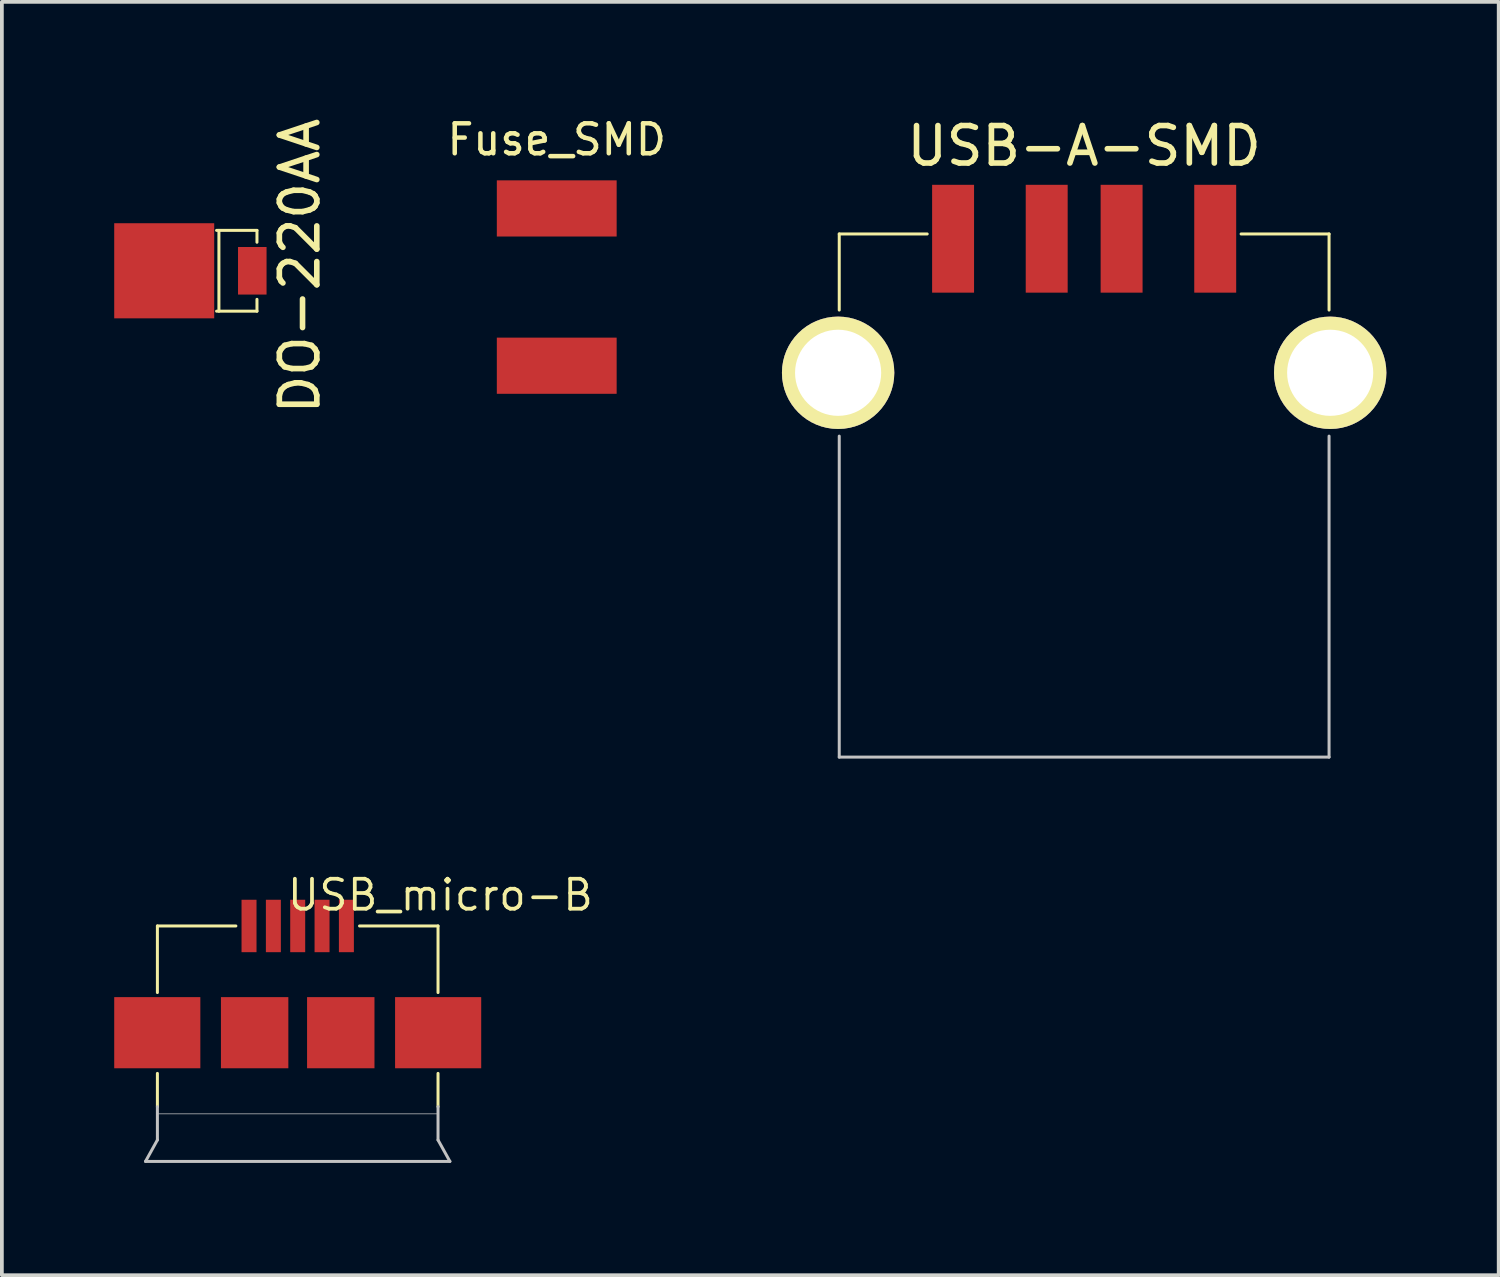
<source format=kicad_pcb>
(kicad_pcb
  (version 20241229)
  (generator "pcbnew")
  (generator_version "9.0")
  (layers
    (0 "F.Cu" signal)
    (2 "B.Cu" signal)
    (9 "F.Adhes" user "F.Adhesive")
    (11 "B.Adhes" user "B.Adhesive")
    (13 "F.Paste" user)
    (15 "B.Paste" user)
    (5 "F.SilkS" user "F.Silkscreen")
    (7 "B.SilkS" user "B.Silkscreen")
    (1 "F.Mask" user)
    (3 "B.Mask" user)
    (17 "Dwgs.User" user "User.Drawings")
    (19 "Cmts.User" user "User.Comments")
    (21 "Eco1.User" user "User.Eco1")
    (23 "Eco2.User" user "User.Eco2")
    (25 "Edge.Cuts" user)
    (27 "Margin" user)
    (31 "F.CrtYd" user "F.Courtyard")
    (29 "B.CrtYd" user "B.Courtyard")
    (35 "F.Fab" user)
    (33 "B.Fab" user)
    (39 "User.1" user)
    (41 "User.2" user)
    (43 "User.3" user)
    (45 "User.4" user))
  (footprint "DO-220AA"
    (layer "F.Cu")
    (at 2.034 4.181)
    (property "Reference" "DO-220AA" (at 2.921 -0.127 270) (layer "F.SilkS") (effects (font (size 1 1) (thickness 0.15))))
    (attr through_hole)
    (fp_line (start 0.699 -1.079) (end 1.778 -1.079) (stroke (width 0.08) (type solid)) (layer "F.SilkS"))
    (fp_line (start 0.699 1.079) (end 1.778 1.079) (stroke (width 0.08) (type solid)) (layer "F.SilkS"))
    (fp_line (start 0.762 -1.079) (end 0.762 1.079) (stroke (width 0.08) (type solid)) (layer "F.SilkS"))
    (fp_line (start 1.778 -1.079) (end 1.778 -0.762) (stroke (width 0.08) (type solid)) (layer "F.SilkS"))
    (fp_line (start 1.778 1.079) (end 1.778 0.762) (stroke (width 0.08) (type solid)) (layer "F.SilkS"))
    (pad "1" smd rect (at -0.699 0) (size 2.67 2.54) (layers "F.Cu" "F.Mask" "F.Paste"))
    (pad "2" smd rect (at 1.653 0) (size 0.762 1.27) (layers "F.Cu" "F.Mask" "F.Paste")))
  (footprint "USB-A-SMD"
    (layer "F.Cu")
    (at 25.901 3.325)
    (property "Reference" "USB-A-SMD" (at 0 -2.477 0) (layer "F.SilkS") (effects (font (size 1 1) (thickness 0.15))))
    (attr through_hole)
    (fp_line (start -6.54 -0.127) (end -6.54 1.905) (stroke (width 0.08) (type solid)) (layer "F.SilkS"))
    (fp_line (start -4.191 -0.127) (end -6.54 -0.127) (stroke (width 0.08) (type solid)) (layer "F.SilkS"))
    (fp_line (start 6.54 -0.127) (end 4.191 -0.127) (stroke (width 0.08) (type solid)) (layer "F.SilkS"))
    (fp_line (start 6.54 -0.127) (end 6.54 1.905) (stroke (width 0.08) (type solid)) (layer "F.SilkS"))
    (fp_line (start -6.54 13.843) (end -6.54 5.271) (stroke (width 0.08) (type solid)) (layer "Dwgs.User"))
    (fp_line (start 6.54 13.843) (end -6.54 13.843) (stroke (width 0.08) (type solid)) (layer "Dwgs.User"))
    (fp_line (start 6.54 13.843) (end 6.54 5.271) (stroke (width 0.08) (type solid)) (layer "Dwgs.User"))
    (pad "1" smd rect (at -3.5 0) (size 1.12 2.88) (layers "F.Cu" "F.Mask" "F.Paste"))
    (pad "2" smd rect (at -1 0) (size 1.12 2.88) (layers "F.Cu" "F.Mask" "F.Paste"))
    (pad "3" smd rect (at 1 0) (size 1.12 2.88) (layers "F.Cu" "F.Mask" "F.Paste"))
    (pad "4" smd rect (at 3.5 0) (size 1.12 2.88) (layers "F.Cu" "F.Mask" "F.Paste"))
    (pad "5" thru_hole circle (at -6.57 3.58) (size 3 3) (drill 2.3) (layers "*.Cu" "*.Mask" "F.SilkS"))
    (pad "5" thru_hole circle (at 6.57 3.58) (size 3 3) (drill 2.3) (layers "*.Cu" "*.Mask" "F.SilkS")))
  (footprint "Fuse_SMD"
    (layer "F.Cu")
    (at 11.817 4.616)
    (property "Reference" "Fuse_SMD" (at 0 -3.937 0) (layer "F.SilkS") (effects (font (size 0.8 0.8) (thickness 0.12))))
    (attr through_hole)
    (pad "1" smd rect (at 0 -2.1) (size 3.2 1.5) (layers "F.Cu" "F.Mask" "F.Paste"))
    (pad "2" smd rect (at 0 2.1) (size 3.2 1.5) (layers "F.Cu" "F.Mask" "F.Paste")))
  (footprint "USB_micro-B"
    (layer "F.Cu")
    (at 4.9 21.677)
    (property "Reference" "USB_micro-B" (at 3.81 -0.826 0) (layer "F.SilkS") (effects (font (size 0.8 0.8) (thickness 0.1))))
    (attr through_hole)
    (fp_line (start -3.747 0) (end -3.747 1.778) (stroke (width 0.08) (type solid)) (layer "F.SilkS"))
    (fp_line (start -3.747 0) (end -1.651 0) (stroke (width 0.08) (type solid)) (layer "F.SilkS"))
    (fp_line (start -3.747 3.937) (end -3.747 4.826) (stroke (width 0.08) (type solid)) (layer "F.SilkS"))
    (fp_line (start 3.747 0) (end 1.651 0) (stroke (width 0.08) (type solid)) (layer "F.SilkS"))
    (fp_line (start 3.747 0) (end 3.747 1.778) (stroke (width 0.08) (type solid)) (layer "F.SilkS"))
    (fp_line (start 3.747 3.937) (end 3.747 4.826) (stroke (width 0.08) (type solid)) (layer "F.SilkS"))
    (fp_line (start -4.064 6.287) (end -3.747 5.715) (stroke (width 0.08) (type solid)) (layer "Dwgs.User"))
    (fp_line (start -3.747 4.826) (end -3.747 5.715) (stroke (width 0.08) (type solid)) (layer "Dwgs.User"))
    (fp_line (start -3.747 5.016) (end 3.747 5.016) (stroke (width 0.02) (type solid)) (layer "Dwgs.User"))
    (fp_line (start 3.747 4.826) (end 3.747 5.715) (stroke (width 0.08) (type solid)) (layer "Dwgs.User"))
    (fp_line (start 3.747 5.715) (end 4.064 6.287) (stroke (width 0.08) (type solid)) (layer "Dwgs.User"))
    (fp_line (start 4.064 6.287) (end -4.064 6.287) (stroke (width 0.08) (type solid)) (layer "Dwgs.User"))
    (pad "1" smd rect (at -1.3 0) (size 0.4 1.4) (layers "F.Cu" "F.Mask" "F.Paste"))
    (pad "2" smd rect (at -0.65 0) (size 0.4 1.4) (layers "F.Cu" "F.Mask" "F.Paste"))
    (pad "3" smd rect (at 0 0) (size 0.4 1.4) (layers "F.Cu" "F.Mask" "F.Paste"))
    (pad "4" smd rect (at 0.65 0) (size 0.4 1.4) (layers "F.Cu" "F.Mask" "F.Paste"))
    (pad "5" smd rect (at 1.3 0) (size 0.4 1.4) (layers "F.Cu" "F.Mask" "F.Paste"))
    (pad "6" smd rect (at -3.75 2.85) (size 2.3 1.9) (layers "F.Cu" "F.Mask" "F.Paste"))
    (pad "6" smd rect (at -1.15 2.85) (size 1.8 1.9) (layers "F.Cu" "F.Mask" "F.Paste"))
    (pad "6" smd rect (at 1.15 2.85) (size 1.8 1.9) (layers "F.Cu" "F.Mask" "F.Paste"))
    (pad "6" smd rect (at 3.75 2.85) (size 2.3 1.9) (layers "F.Cu" "F.Mask" "F.Paste")))
  (gr_rect
    (start -3 -3)
    (end 36.971 31.003)
    (stroke (width 0.1) (type default))
    (fill no)
    (layer "Edge.Cuts")))
</source>
